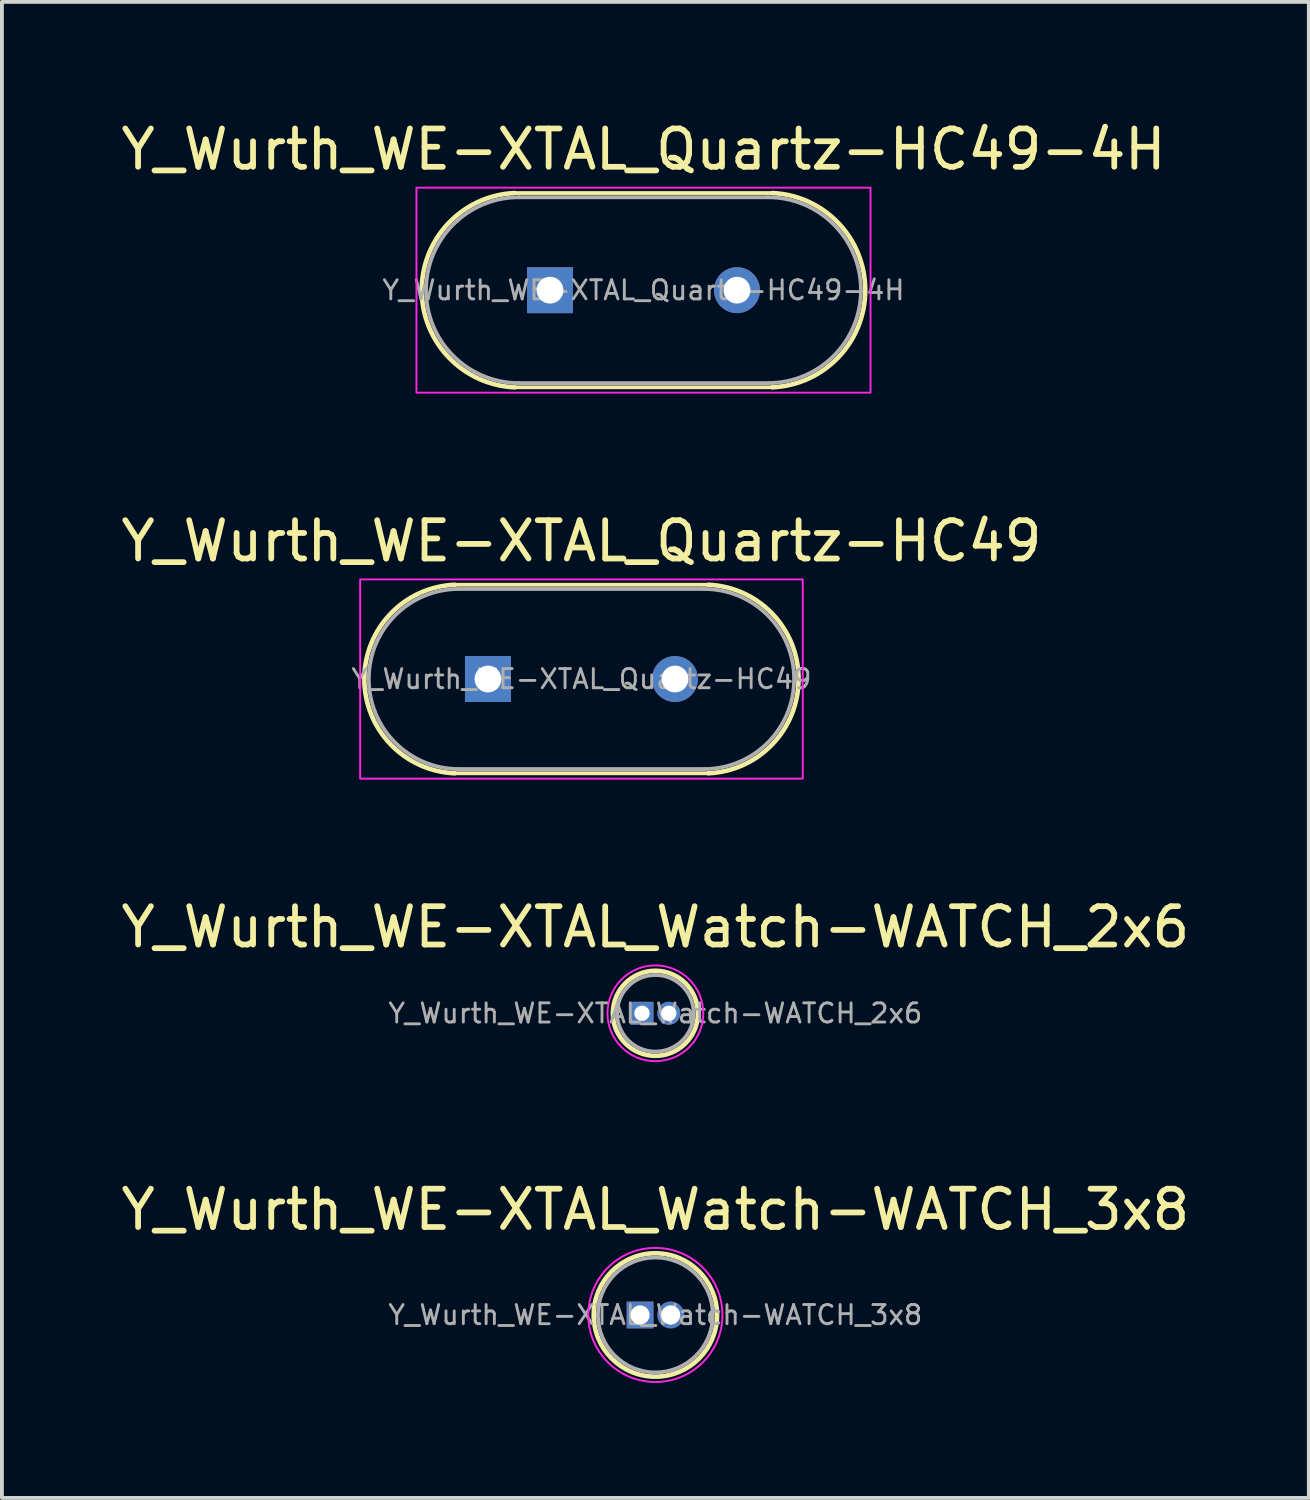
<source format=kicad_pcb>
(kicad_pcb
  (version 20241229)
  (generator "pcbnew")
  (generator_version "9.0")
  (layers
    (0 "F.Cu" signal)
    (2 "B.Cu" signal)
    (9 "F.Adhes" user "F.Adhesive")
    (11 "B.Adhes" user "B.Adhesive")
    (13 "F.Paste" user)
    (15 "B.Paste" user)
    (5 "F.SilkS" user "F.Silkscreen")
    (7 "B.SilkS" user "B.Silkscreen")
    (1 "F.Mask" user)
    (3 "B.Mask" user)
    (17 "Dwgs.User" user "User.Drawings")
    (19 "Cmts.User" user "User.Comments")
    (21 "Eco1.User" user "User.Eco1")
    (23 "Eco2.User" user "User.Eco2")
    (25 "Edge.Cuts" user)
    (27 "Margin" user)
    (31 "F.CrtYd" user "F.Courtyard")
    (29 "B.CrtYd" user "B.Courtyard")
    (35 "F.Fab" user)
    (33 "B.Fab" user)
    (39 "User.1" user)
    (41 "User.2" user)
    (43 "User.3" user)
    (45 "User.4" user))
  (footprint "Y_Wurth_WE-XTAL_Watch-WATCH_2x6"
    (layer "F.Cu")
    (at 13.704 23.395)
    (property "Reference" "Y_Wurth_WE-XTAL_Watch-WATCH_2x6" (at 0.35 -2.25 0) (unlocked yes) (layer "F.SilkS") (effects (font (size 1 1) (thickness 0.15))))
    (attr through_hole)
    (fp_circle (center 0.35 0) (end 1.46 0) (stroke (width 0.12) (type solid)) (fill no) (layer "F.SilkS"))
    (fp_circle (center 0.35 0) (end 1.6 0) (stroke (width 0.05) (type solid)) (fill no) (layer "F.CrtYd"))
    (fp_circle (center 0.35 0) (end 1.35 0) (stroke (width 0.1) (type solid)) (fill no) (layer "F.Fab"))
    (fp_text user "${REFERENCE}" (at 0.35 0 0) (unlocked yes) (layer "F.Fab") (effects (font (size 0.5 0.5) (thickness 0.075))))
    (pad "1" thru_hole rect (at 0 0) (size 0.6 0.6) (drill 0.4) (layers "*.Cu" "*.Mask"))
    (pad "2" thru_hole circle (at 0.7 0) (size 0.6 0.6) (drill 0.4) (layers "*.Cu" "*.Mask")))
  (footprint "Y_Wurth_WE-XTAL_Quartz-HC49-4H"
    (layer "F.Cu")
    (at 11.304 4.523)
    (property "Reference" "Y_Wurth_WE-XTAL_Quartz-HC49-4H" (at 2.44 -3.675 0) (unlocked yes) (layer "F.SilkS") (effects (font (size 1 1) (thickness 0.15))))
    (attr through_hole)
    (fp_line (start -0.92 -2.535) (end 5.8 -2.535) (stroke (width 0.1) (type default)) (layer "F.SilkS"))
    (fp_line (start 5.8 2.535) (end -0.92 2.535) (stroke (width 0.1) (type default)) (layer "F.SilkS"))
    (fp_arc (start -0.92 2.535) (mid -3.346735 0) (end -0.92 -2.535) (stroke (width 0.12) (type default)) (layer "F.SilkS"))
    (fp_arc (start 5.8 -2.535) (mid 8.226735 0) (end 5.8 2.535) (stroke (width 0.12) (type default)) (layer "F.SilkS"))
    (fp_rect (start -3.485 -2.675) (end 8.365 2.675) (stroke (width 0.05) (type solid)) (fill no) (layer "F.CrtYd"))
    (fp_line (start -0.81 -2.425) (end 5.69 -2.425) (stroke (width 0.1) (type default)) (layer "F.Fab"))
    (fp_line (start 5.69 2.425) (end -0.81 2.425) (stroke (width 0.1) (type default)) (layer "F.Fab"))
    (fp_arc (start -0.81 2.425) (mid -3.235 0) (end -0.81 -2.425) (stroke (width 0.1) (type default)) (layer "F.Fab"))
    (fp_arc (start 5.69 -2.425) (mid 8.115 0) (end 5.69 2.425) (stroke (width 0.1) (type default)) (layer "F.Fab"))
    (fp_text user "${REFERENCE}" (at 2.44 0 0) (unlocked yes) (layer "F.Fab") (effects (font (size 0.5 0.5) (thickness 0.075))))
    (pad "1" thru_hole rect (at 0 0) (size 1.2 1.2) (drill 0.7) (layers "*.Cu" "*.Mask"))
    (pad "2" thru_hole circle (at 4.88 0) (size 1.2 1.2) (drill 0.7) (layers "*.Cu" "*.Mask")))
  (footprint "Y_Wurth_WE-XTAL_Quartz-HC49"
    (layer "F.Cu")
    (at 9.685 14.671)
    (property "Reference" "Y_Wurth_WE-XTAL_Quartz-HC49" (at 2.44 -3.6 0) (unlocked yes) (layer "F.SilkS") (effects (font (size 1 1) (thickness 0.15))))
    (attr through_hole)
    (fp_line (start -0.87 -2.46) (end 5.75 -2.46) (stroke (width 0.1) (type default)) (layer "F.SilkS"))
    (fp_line (start 5.75 2.46) (end -0.88 2.46) (stroke (width 0.1) (type default)) (layer "F.SilkS"))
    (fp_arc (start -0.87 2.46) (mid -3.224939 0) (end -0.87 -2.46) (stroke (width 0.12) (type default)) (layer "F.SilkS"))
    (fp_arc (start 5.75 -2.46) (mid 8.104939 0) (end 5.75 2.46) (stroke (width 0.12) (type default)) (layer "F.SilkS"))
    (fp_rect (start -3.335 -2.6) (end 8.215 2.6) (stroke (width 0.05) (type solid)) (fill no) (layer "F.CrtYd"))
    (fp_line (start -0.76 -2.35) (end 5.64 -2.35) (stroke (width 0.1) (type default)) (layer "F.Fab"))
    (fp_line (start 5.64 2.35) (end -0.76 2.35) (stroke (width 0.1) (type default)) (layer "F.Fab"))
    (fp_arc (start -0.76 2.35) (mid -3.11 0) (end -0.76 -2.35) (stroke (width 0.1) (type default)) (layer "F.Fab"))
    (fp_arc (start 5.64 -2.35) (mid 7.99 0) (end 5.64 2.35) (stroke (width 0.1) (type default)) (layer "F.Fab"))
    (fp_text user "${REFERENCE}" (at 2.44 0 0) (unlocked yes) (layer "F.Fab") (effects (font (size 0.5 0.5) (thickness 0.075))))
    (pad "1" thru_hole rect (at 0 0) (size 1.2 1.2) (drill 0.7) (layers "*.Cu" "*.Mask"))
    (pad "2" thru_hole circle (at 4.88 0) (size 1.2 1.2) (drill 0.7) (layers "*.Cu" "*.Mask")))
  (footprint "Y_Wurth_WE-XTAL_Watch-WATCH_3x8"
    (layer "F.Cu")
    (at 13.654 31.268)
    (property "Reference" "Y_Wurth_WE-XTAL_Watch-WATCH_3x8" (at 0.4 -2.75 0) (unlocked yes) (layer "F.SilkS") (effects (font (size 1 1) (thickness 0.15))))
    (attr through_hole)
    (fp_circle (center 0.4 0) (end 2.01 0) (stroke (width 0.12) (type solid)) (fill no) (layer "F.SilkS"))
    (fp_circle (center 0.4 0) (end 2.15 0) (stroke (width 0.05) (type solid)) (fill no) (layer "F.CrtYd"))
    (fp_circle (center 0.4 0) (end 1.9 0) (stroke (width 0.1) (type solid)) (fill no) (layer "F.Fab"))
    (fp_text user "${REFERENCE}" (at 0.4 0 0) (unlocked yes) (layer "F.Fab") (effects (font (size 0.5 0.5) (thickness 0.075))))
    (pad "1" thru_hole rect (at 0 0) (size 0.7 0.7) (drill 0.5) (layers "*.Cu" "*.Mask"))
    (pad "2" thru_hole circle (at 0.8 0) (size 0.7 0.7) (drill 0.5) (layers "*.Cu" "*.Mask")))
  (gr_rect
    (start -3 -3)
    (end 31.107 36.043)
    (stroke (width 0.1) (type default))
    (fill no)
    (layer "Edge.Cuts")))
</source>
